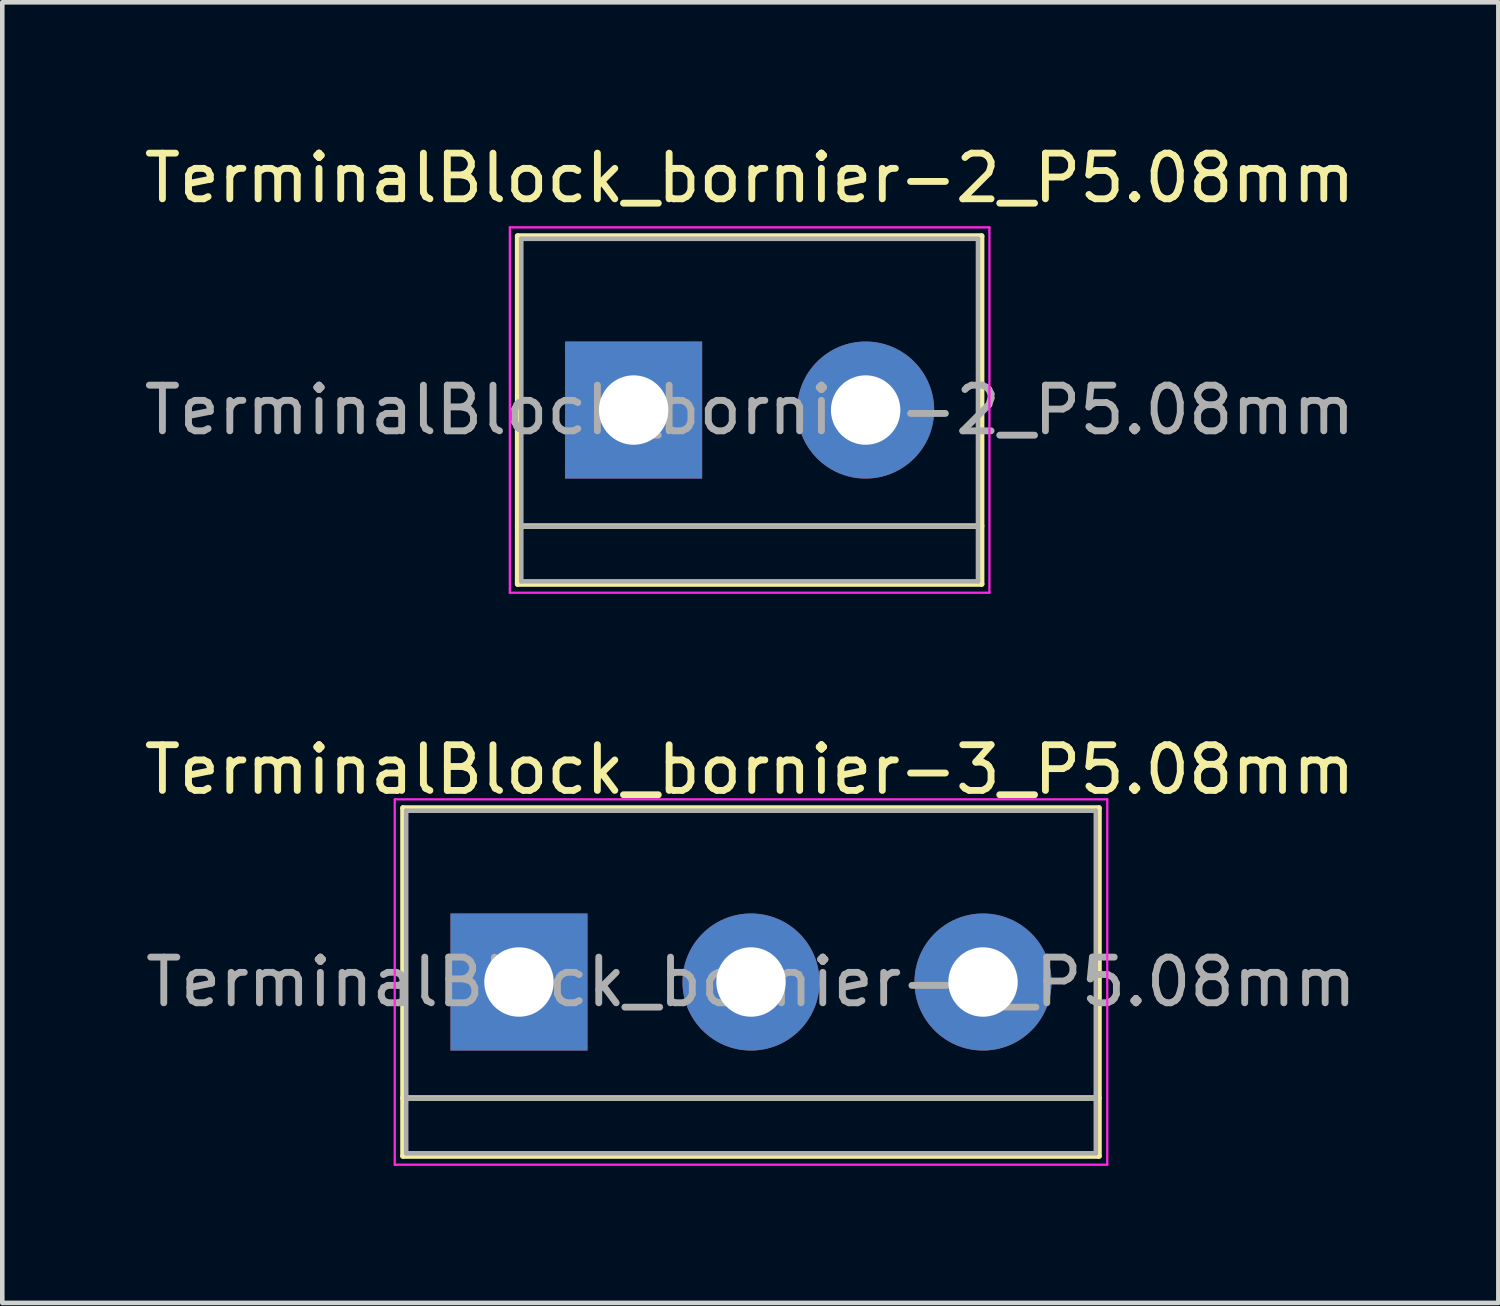
<source format=kicad_pcb>
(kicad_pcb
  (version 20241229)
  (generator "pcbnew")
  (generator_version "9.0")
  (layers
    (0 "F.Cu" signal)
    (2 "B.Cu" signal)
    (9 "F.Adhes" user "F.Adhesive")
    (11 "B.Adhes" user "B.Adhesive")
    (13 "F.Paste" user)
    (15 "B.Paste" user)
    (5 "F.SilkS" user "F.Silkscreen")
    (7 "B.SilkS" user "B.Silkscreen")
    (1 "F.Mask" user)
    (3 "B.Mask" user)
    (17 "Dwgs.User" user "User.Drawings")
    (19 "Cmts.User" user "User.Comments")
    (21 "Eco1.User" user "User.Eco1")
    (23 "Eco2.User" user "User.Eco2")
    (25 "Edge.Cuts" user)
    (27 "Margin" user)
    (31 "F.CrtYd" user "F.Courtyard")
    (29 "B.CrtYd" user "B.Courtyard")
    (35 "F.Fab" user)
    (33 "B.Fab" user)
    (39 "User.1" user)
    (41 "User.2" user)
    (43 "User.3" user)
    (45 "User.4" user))
  (footprint "TerminalBlock_bornier-3_P5.08mm"
    (layer "F.Cu")
    (at 8.313 18.451)
    (property "Reference" "TerminalBlock_bornier-3_P5.08mm" (at 5.05 -4.65 0) (layer "F.SilkS") (effects (font (size 1 1) (thickness 0.15))))
    (attr through_hole)
    (fp_line (start -2.54 -3.81) (end 12.7 -3.81) (stroke (width 0.12) (type solid)) (layer "F.SilkS"))
    (fp_line (start -2.54 2.54) (end 12.7 2.54) (stroke (width 0.12) (type solid)) (layer "F.SilkS"))
    (fp_line (start -2.54 3.81) (end -2.54 -3.81) (stroke (width 0.12) (type solid)) (layer "F.SilkS"))
    (fp_line (start -2.54 3.81) (end 12.7 3.81) (stroke (width 0.12) (type solid)) (layer "F.SilkS"))
    (fp_line (start 12.7 3.81) (end 12.7 -3.81) (stroke (width 0.12) (type solid)) (layer "F.SilkS"))
    (fp_line (start -2.72 -4) (end -2.72 4) (stroke (width 0.05) (type solid)) (layer "F.CrtYd"))
    (fp_line (start -2.72 -4) (end 12.88 -4) (stroke (width 0.05) (type solid)) (layer "F.CrtYd"))
    (fp_line (start 12.88 4) (end -2.72 4) (stroke (width 0.05) (type solid)) (layer "F.CrtYd"))
    (fp_line (start 12.88 4) (end 12.88 -4) (stroke (width 0.05) (type solid)) (layer "F.CrtYd"))
    (fp_line (start -2.47 -3.75) (end 12.63 -3.75) (stroke (width 0.1) (type solid)) (layer "F.Fab"))
    (fp_line (start -2.47 2.55) (end 12.63 2.55) (stroke (width 0.1) (type solid)) (layer "F.Fab"))
    (fp_line (start -2.47 3.75) (end -2.47 -3.75) (stroke (width 0.1) (type solid)) (layer "F.Fab"))
    (fp_line (start 12.63 -3.75) (end 12.63 3.75) (stroke (width 0.1) (type solid)) (layer "F.Fab"))
    (fp_line (start 12.63 3.75) (end -2.47 3.75) (stroke (width 0.1) (type solid)) (layer "F.Fab"))
    (fp_text user "${REFERENCE}" (at 5.08 0 0) (layer "F.Fab") (effects (font (size 1 1) (thickness 0.15))))
    (pad "1" thru_hole rect (at 0 0) (size 3 3) (drill 1.52) (layers "*.Cu" "*.Mask"))
    (pad "2" thru_hole circle (at 5.08 0) (size 3 3) (drill 1.52) (layers "*.Cu" "*.Mask"))
    (pad "3" thru_hole circle (at 10.16 0) (size 3 3) (drill 1.52) (layers "*.Cu" "*.Mask")))
  (footprint "TerminalBlock_bornier-2_P5.08mm"
    (layer "F.Cu")
    (at 10.823 5.928)
    (property "Reference" "TerminalBlock_bornier-2_P5.08mm" (at 2.54 -5.08 0) (layer "F.SilkS") (effects (font (size 1 1) (thickness 0.15))))
    (attr through_hole)
    (fp_line (start -2.54 -3.81) (end -2.54 3.81) (stroke (width 0.12) (type solid)) (layer "F.SilkS"))
    (fp_line (start -2.54 3.81) (end 7.62 3.81) (stroke (width 0.12) (type solid)) (layer "F.SilkS"))
    (fp_line (start 7.62 -3.81) (end -2.54 -3.81) (stroke (width 0.12) (type solid)) (layer "F.SilkS"))
    (fp_line (start 7.62 2.54) (end -2.54 2.54) (stroke (width 0.12) (type solid)) (layer "F.SilkS"))
    (fp_line (start 7.62 3.81) (end 7.62 -3.81) (stroke (width 0.12) (type solid)) (layer "F.SilkS"))
    (fp_line (start -2.71 -4) (end -2.71 4) (stroke (width 0.05) (type solid)) (layer "F.CrtYd"))
    (fp_line (start -2.71 -4) (end 7.79 -4) (stroke (width 0.05) (type solid)) (layer "F.CrtYd"))
    (fp_line (start 7.79 4) (end -2.71 4) (stroke (width 0.05) (type solid)) (layer "F.CrtYd"))
    (fp_line (start 7.79 4) (end 7.79 -4) (stroke (width 0.05) (type solid)) (layer "F.CrtYd"))
    (fp_line (start -2.46 -3.75) (end -2.46 3.75) (stroke (width 0.1) (type solid)) (layer "F.Fab"))
    (fp_line (start -2.46 3.75) (end 7.54 3.75) (stroke (width 0.1) (type solid)) (layer "F.Fab"))
    (fp_line (start -2.41 2.55) (end 7.49 2.55) (stroke (width 0.1) (type solid)) (layer "F.Fab"))
    (fp_line (start 7.54 -3.75) (end -2.46 -3.75) (stroke (width 0.1) (type solid)) (layer "F.Fab"))
    (fp_line (start 7.54 3.75) (end 7.54 -3.75) (stroke (width 0.1) (type solid)) (layer "F.Fab"))
    (fp_text user "${REFERENCE}" (at 2.54 0 0) (layer "F.Fab") (effects (font (size 1 1) (thickness 0.15))))
    (pad "1" thru_hole rect (at 0 0) (size 3 3) (drill 1.52) (layers "*.Cu" "*.Mask"))
    (pad "2" thru_hole circle (at 5.08 0) (size 3 3) (drill 1.52) (layers "*.Cu" "*.Mask")))
  (gr_rect
    (start -3 -3)
    (end 29.756 25.477)
    (stroke (width 0.1) (type default))
    (fill no)
    (layer "Edge.Cuts")))
</source>
